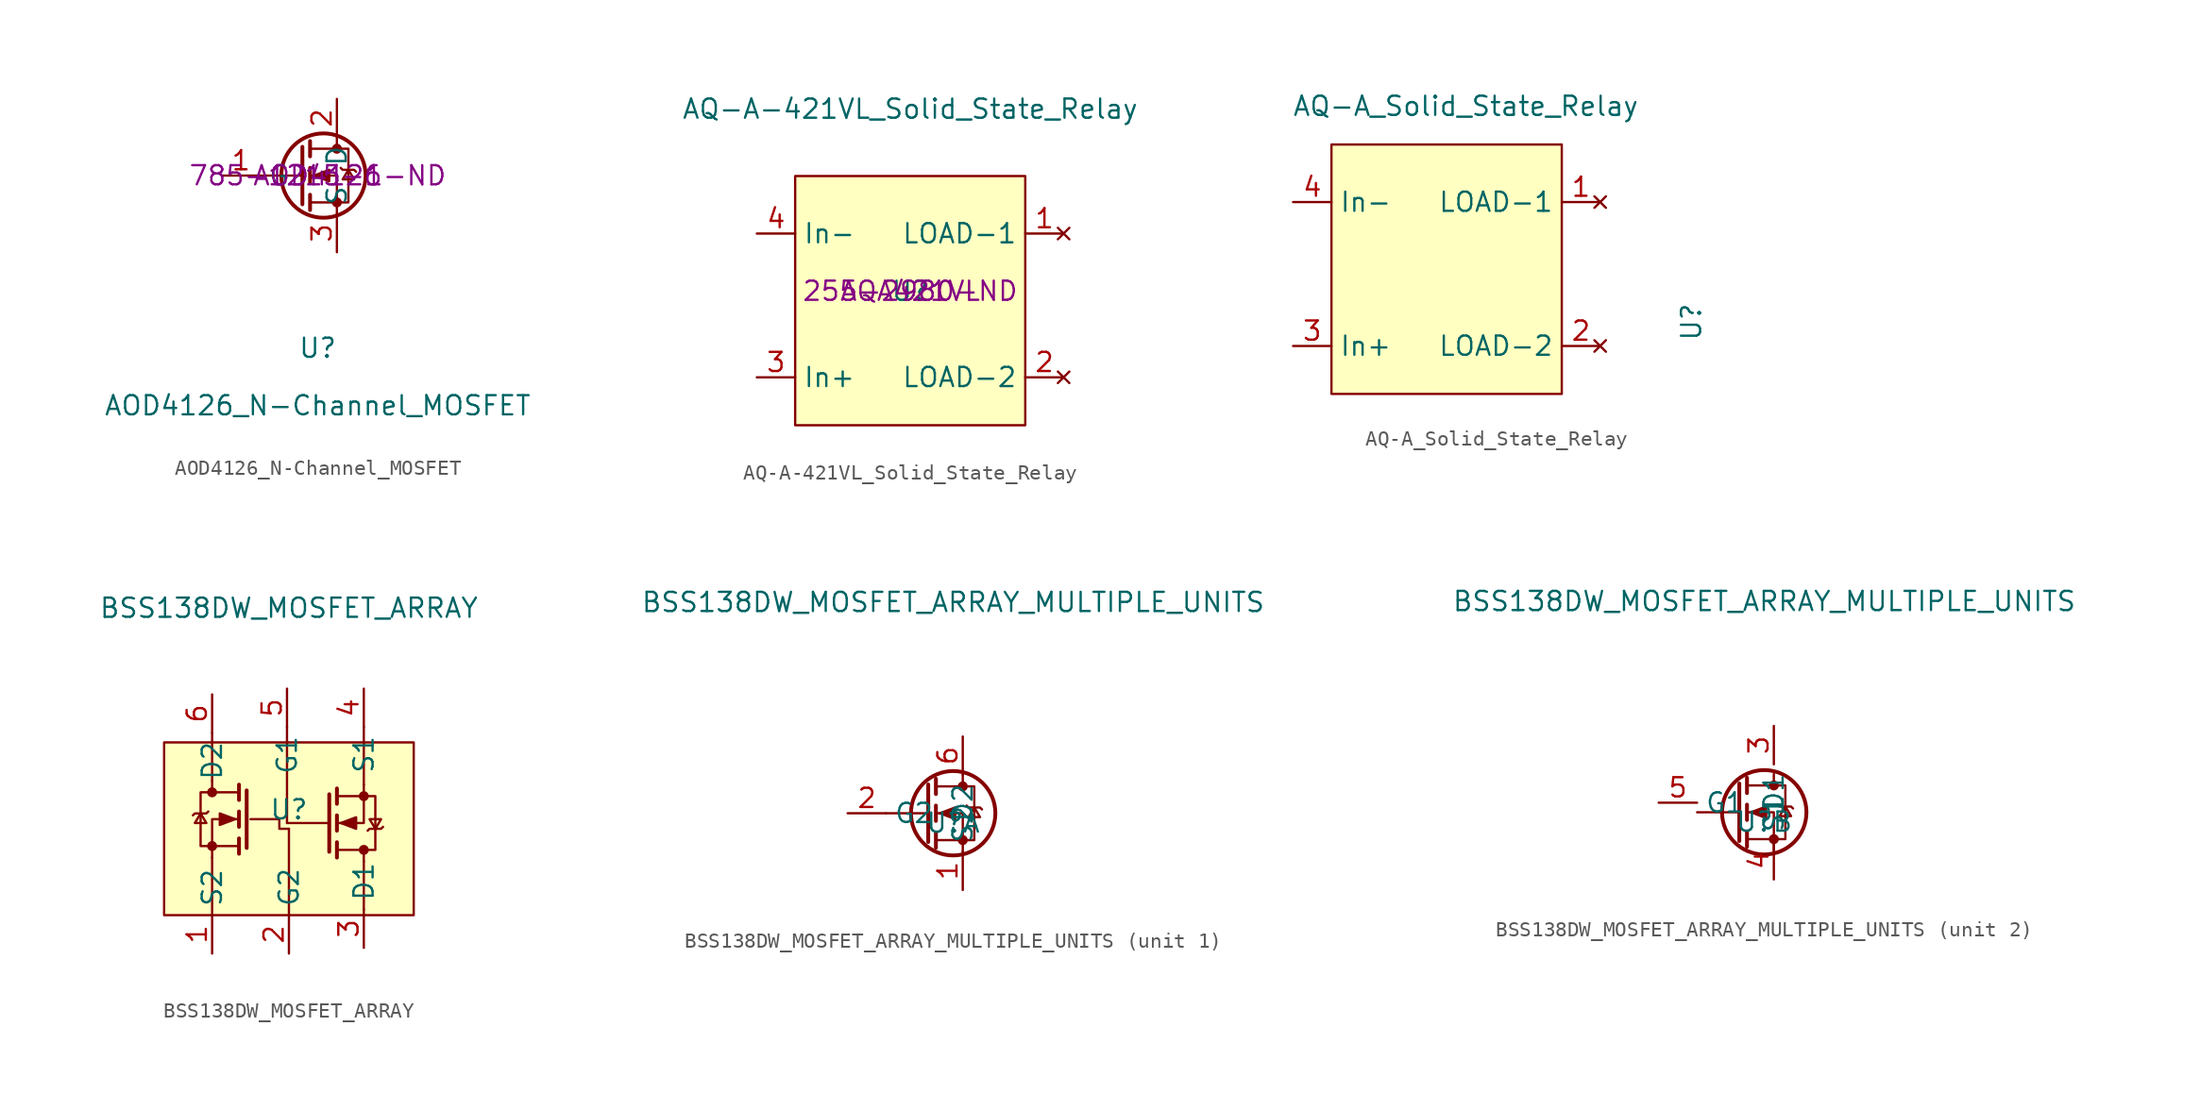
<source format=kicad_sym>
(kicad_symbol_lib
  (version 20211014)
  (generator kicad_symbol_editor)
  (symbol "AOD4126_N-Channel_MOSFET"
    (property "Reference" "U"
      (at 0 -11.43 0)
      (effects (font (size 1.27 1.27))))
    (property "Value" "AOD4126_N-Channel_MOSFET"
      (at 0 -15.24 0)
      (effects (font (size 1.27 1.27))))
    (property "Digi-Key_PN" "785-1215-1-ND"
      (at 0 0 0)
      (effects (font (size 1.27 1.27))))
    (property "Manufacturer_PN" "AOD4126"
      (at 0 0 0)
      (effects (font (size 1.27 1.27))))
    (symbol "AOD4126_N-Channel_MOSFET_0_1"
      (polyline (pts (xy -1.016 0) (xy -3.81 0)) (stroke (width 0) (type default) (color 0 0 0 0)) (fill (type none)))
      (polyline (pts (xy -1.016 1.905) (xy -1.016 -1.905)) (stroke (width 0.254) (type default) (color 0 0 0 0)) (fill (type none)))
      (polyline (pts (xy -0.508 -1.27) (xy -0.508 -2.286)) (stroke (width 0.254) (type default) (color 0 0 0 0)) (fill (type none)))
      (polyline (pts (xy -0.508 0.508) (xy -0.508 -0.508)) (stroke (width 0.254) (type default) (color 0 0 0 0)) (fill (type none)))
      (polyline (pts (xy -0.508 2.286) (xy -0.508 1.27)) (stroke (width 0.254) (type default) (color 0 0 0 0)) (fill (type none)))
      (polyline (pts (xy 1.27 2.54) (xy 1.27 1.778)) (stroke (width 0) (type default) (color 0 0 0 0)) (fill (type none)))
      (polyline (pts (xy 1.27 -2.54) (xy 1.27 0) (xy -0.508 0)) (stroke (width 0) (type default) (color 0 0 0 0)) (fill (type none)))
      (polyline (pts (xy -0.508 -1.778) (xy 2.032 -1.778) (xy 2.032 1.778) (xy -0.508 1.778)) (stroke (width 0) (type default) (color 0 0 0 0)) (fill (type none)))
      (polyline (pts (xy -0.254 0) (xy 0.762 0.381) (xy 0.762 -0.381) (xy -0.254 0)) (stroke (width 0) (type default) (color 0 0 0 0)) (fill (type outline)))
      (polyline (pts (xy 1.524 0.508) (xy 1.651 0.381) (xy 2.413 0.381) (xy 2.54 0.254)) (stroke (width 0) (type default) (color 0 0 0 0)) (fill (type none)))
      (polyline (pts (xy 2.032 0.381) (xy 1.651 -0.254) (xy 2.413 -0.254) (xy 2.032 0.381)) (stroke (width 0) (type default) (color 0 0 0 0)) (fill (type none)))
      (circle (center 0.381 0) (radius 2.794) (stroke (width 0.254) (type default) (color 0 0 0 0)) (fill (type none)))
      (circle (center 1.27 -1.778) (radius 0.254) (stroke (width 0) (type default) (color 0 0 0 0)) (fill (type outline)))
      (circle (center 1.27 1.778) (radius 0.254) (stroke (width 0) (type default) (color 0 0 0 0)) (fill (type outline))))
    (symbol "AOD4126_N-Channel_MOSFET_1_1"
      (pin input line (at -6.35 0 0) (length 2.54) (name "G" (effects (font (size 1.27 1.27)))) (number "1" (effects (font (size 1.27 1.27)))))
      (pin passive line (at 1.27 5.08 270) (length 2.54) (name "D" (effects (font (size 1.27 1.27)))) (number "2" (effects (font (size 1.27 1.27)))))
      (pin passive line (at 1.27 -5.08 90) (length 2.54) (name "S" (effects (font (size 1.27 1.27)))) (number "3" (effects (font (size 1.27 1.27)))))))
  (symbol "AQ-A-421VL_Solid_State_Relay"
    (property "Reference" "U"
      (at 0 0 0)
      (effects (font (size 1.27 1.27))))
    (property "Value" "AQ-A-421VL_Solid_State_Relay"
      (at 0 12.065 0)
      (effects (font (size 1.27 1.27))))
    (property "Digi-Key_PN" "255-2980-ND"
      (at 0 0 0)
      (effects (font (size 1.27 1.27))))
    (property "Manufacturer_PN" "AQA421VL"
      (at 0 0 0)
      (effects (font (size 1.27 1.27))))
    (symbol "AQ-A-421VL_Solid_State_Relay_0_0"
      (pin no_connect line (at 10.16 3.81 180) (length 2.54) (name "LOAD-1" (effects (font (size 1.27 1.27)))) (number "1" (effects (font (size 1.27 1.27)))))
      (pin no_connect line (at 10.16 -5.715 180) (length 2.54) (name "LOAD-2" (effects (font (size 1.27 1.27)))) (number "2" (effects (font (size 1.27 1.27)))))
      (pin input line (at -10.16 -5.715 0) (length 2.54) (name "In+" (effects (font (size 1.27 1.27)))) (number "3" (effects (font (size 1.27 1.27)))))
      (pin input line (at -10.16 3.81 0) (length 2.54) (name "In-" (effects (font (size 1.27 1.27)))) (number "4" (effects (font (size 1.27 1.27))))))
    (symbol "AQ-A-421VL_Solid_State_Relay_0_1"
      (rectangle (start -7.62 7.62) (end 7.62 -8.89) (stroke (width 0) (type default) (color 0 0 0 0)) (fill (type background)))))
  (symbol "AQ-A_Solid_State_Relay"
    (property "Reference" "U"
      (at 15.557 -3.493 90)
      (effects (font (size 1.27 1.27))))
    (property "Value" "AQ-A_Solid_State_Relay"
      (at 0.635 10.795 0)
      (effects (font (size 1.27 1.27))))
    (symbol "AQ-A_Solid_State_Relay_0_0"
      (pin no_connect line (at 9.525 4.445 180) (length 2.54) (name "LOAD-1" (effects (font (size 1.27 1.27)))) (number "1" (effects (font (size 1.27 1.27)))))
      (pin no_connect line (at 9.525 -5.08 180) (length 2.54) (name "LOAD-2" (effects (font (size 1.27 1.27)))) (number "2" (effects (font (size 1.27 1.27)))))
      (pin input line (at -10.795 -5.08 0) (length 2.54) (name "In+" (effects (font (size 1.27 1.27)))) (number "3" (effects (font (size 1.27 1.27)))))
      (pin input line (at -10.795 4.445 0) (length 2.54) (name "In-" (effects (font (size 1.27 1.27)))) (number "4" (effects (font (size 1.27 1.27))))))
    (symbol "AQ-A_Solid_State_Relay_0_1"
      (rectangle (start -8.255 8.255) (end 6.985 -8.255) (stroke (width 0) (type default) (color 0 0 0 0)) (fill (type background)))))
  (symbol "BSS138DW_MOSFET_ARRAY"
    (property "Reference" "U"
      (at 0 0 0)
      (effects (font (size 1.27 1.27))))
    (property "Value" "BSS138DW_MOSFET_ARRAY"
      (at 0 13.335 0)
      (effects (font (size 1.27 1.27))))
    (symbol "BSS138DW_MOSFET_ARRAY_0_1"
      (rectangle (start -8.255 4.445) (end 8.255 -6.985) (stroke (width 0) (type default) (color 0 0 0 0)) (fill (type background)))
      (circle (center -5.08 -2.413) (radius 0.254) (stroke (width 0) (type default) (color 0 0 0 0)) (fill (type outline)))
      (circle (center -5.08 1.143) (radius 0.254) (stroke (width 0) (type default) (color 0 0 0 0)) (fill (type outline)))
      (polyline (pts (xy -5.08 -6.985) (xy -5.08 -3.175)) (stroke (width 0) (type default) (color 0 0 0 0)) (fill (type none)))
      (polyline (pts (xy -5.08 1.905) (xy -5.08 1.143)) (stroke (width 0) (type default) (color 0 0 0 0)) (fill (type none)))
      (polyline (pts (xy -5.08 1.905) (xy -5.08 5.08)) (stroke (width 0) (type default) (color 0 0 0 0)) (fill (type none)))
      (polyline (pts (xy -3.302 -1.905) (xy -3.302 -2.921)) (stroke (width 0.254) (type default) (color 0 0 0 0)) (fill (type none)))
      (polyline (pts (xy -3.302 -0.127) (xy -3.302 -1.143)) (stroke (width 0.254) (type default) (color 0 0 0 0)) (fill (type none)))
      (polyline (pts (xy -3.302 1.651) (xy -3.302 0.635)) (stroke (width 0.254) (type default) (color 0 0 0 0)) (fill (type none)))
      (polyline (pts (xy -2.794 1.27) (xy -2.794 -2.54)) (stroke (width 0.254) (type default) (color 0 0 0 0)) (fill (type none)))
      (polyline (pts (xy -0.127 -0.889) (xy -0.127 5.461)) (stroke (width 0) (type default) (color 0 0 0 0)) (fill (type none)))
      (polyline (pts (xy 0 -1.27) (xy 0 -6.985)) (stroke (width 0) (type default) (color 0 0 0 0)) (fill (type none)))
      (polyline (pts (xy 2.667 -2.794) (xy 2.667 1.016)) (stroke (width 0.254) (type default) (color 0 0 0 0)) (fill (type none)))
      (polyline (pts (xy 2.667 -0.889) (xy -0.127 -0.889)) (stroke (width 0) (type default) (color 0 0 0 0)) (fill (type none)))
      (polyline (pts (xy 3.175 -3.175) (xy 3.175 -2.159)) (stroke (width 0.254) (type default) (color 0 0 0 0)) (fill (type none)))
      (polyline (pts (xy 3.175 -1.397) (xy 3.175 -0.381)) (stroke (width 0.254) (type default) (color 0 0 0 0)) (fill (type none)))
      (polyline (pts (xy 3.175 0.381) (xy 3.175 1.397)) (stroke (width 0.254) (type default) (color 0 0 0 0)) (fill (type none)))
      (polyline (pts (xy 4.953 -3.429) (xy 4.953 -6.604)) (stroke (width 0) (type default) (color 0 0 0 0)) (fill (type none)))
      (polyline (pts (xy 4.953 -3.429) (xy 4.953 -2.667)) (stroke (width 0) (type default) (color 0 0 0 0)) (fill (type none)))
      (polyline (pts (xy 4.953 5.461) (xy 4.953 1.651)) (stroke (width 0) (type default) (color 0 0 0 0)) (fill (type none)))
      (polyline (pts (xy -5.08 -3.175) (xy -5.08 -0.635) (xy -3.302 -0.635)) (stroke (width 0) (type default) (color 0 0 0 0)) (fill (type none)))
      (polyline (pts (xy 4.953 1.651) (xy 4.953 -0.889) (xy 3.175 -0.889)) (stroke (width 0) (type default) (color 0 0 0 0)) (fill (type none)))
      (polyline (pts (xy -5.842 -0.254) (xy -5.461 -0.889) (xy -6.223 -0.889) (xy -5.842 -0.254)) (stroke (width 0) (type default) (color 0 0 0 0)) (fill (type none)))
      (polyline (pts (xy -5.334 -0.127) (xy -5.461 -0.254) (xy -6.223 -0.254) (xy -6.35 -0.381)) (stroke (width 0) (type default) (color 0 0 0 0)) (fill (type none)))
      (polyline (pts (xy -3.556 -0.635) (xy -4.572 -0.254) (xy -4.572 -1.016) (xy -3.556 -0.635)) (stroke (width 0) (type default) (color 0 0 0 0)) (fill (type outline)))
      (polyline (pts (xy -3.302 -2.413) (xy -5.842 -2.413) (xy -5.842 1.143) (xy -3.302 1.143)) (stroke (width 0) (type default) (color 0 0 0 0)) (fill (type none)))
      (polyline (pts (xy -2.54 -0.635) (xy -0.635 -0.635) (xy -0.635 -1.27) (xy 0 -1.27)) (stroke (width 0) (type default) (color 0 0 0 0)) (fill (type none)))
      (polyline (pts (xy 3.175 0.889) (xy 5.715 0.889) (xy 5.715 -2.667) (xy 3.175 -2.667)) (stroke (width 0) (type default) (color 0 0 0 0)) (fill (type none)))
      (polyline (pts (xy 3.429 -0.889) (xy 4.445 -1.27) (xy 4.445 -0.508) (xy 3.429 -0.889)) (stroke (width 0) (type default) (color 0 0 0 0)) (fill (type outline)))
      (polyline (pts (xy 5.207 -1.397) (xy 5.334 -1.27) (xy 6.096 -1.27) (xy 6.223 -1.143)) (stroke (width 0) (type default) (color 0 0 0 0)) (fill (type none)))
      (polyline (pts (xy 5.715 -1.27) (xy 5.334 -0.635) (xy 6.096 -0.635) (xy 5.715 -1.27)) (stroke (width 0) (type default) (color 0 0 0 0)) (fill (type none)))
      (circle (center 4.953 -2.667) (radius 0.254) (stroke (width 0) (type default) (color 0 0 0 0)) (fill (type outline)))
      (circle (center 4.953 0.889) (radius 0.254) (stroke (width 0) (type default) (color 0 0 0 0)) (fill (type outline))))
    (symbol "BSS138DW_MOSFET_ARRAY_1_1"
      (pin passive line (at -5.08 -9.525 90) (length 2.54) (name "S2" (effects (font (size 1.27 1.27)))) (number "1" (effects (font (size 1.27 1.27)))))
      (pin input line (at 0 -9.525 90) (length 2.54) (name "G2" (effects (font (size 1.27 1.27)))) (number "2" (effects (font (size 1.27 1.27)))))
      (pin passive line (at 4.953 -9.144 90) (length 2.54) (name "D1" (effects (font (size 1.27 1.27)))) (number "3" (effects (font (size 1.27 1.27)))))
      (pin passive line (at 4.953 8.001 270) (length 2.54) (name "S1" (effects (font (size 1.27 1.27)))) (number "4" (effects (font (size 1.27 1.27)))))
      (pin input line (at -0.127 8.001 270) (length 2.54) (name "G1" (effects (font (size 1.27 1.27)))) (number "5" (effects (font (size 1.27 1.27)))))
      (pin passive line (at -5.08 7.62 270) (length 2.54) (name "D2" (effects (font (size 1.27 1.27)))) (number "6" (effects (font (size 1.27 1.27)))))))
  (symbol "BSS138DW_MOSFET_ARRAY_MULTIPLE_UNITS"
    (property "Reference" "U"
      (at 0 -1.27 0)
      (effects (font (size 1.27 1.27))))
    (property "Value" "BSS138DW_MOSFET_ARRAY_MULTIPLE_UNITS"
      (at 0 13.335 0)
      (effects (font (size 1.27 1.27))))
    (symbol "BSS138DW_MOSFET_ARRAY_MULTIPLE_UNITS_0_1"
      (circle (center 0 -0.635) (radius 2.794) (stroke (width 0.254) (type default) (color 0 0 0 0)) (fill (type none)))
      (polyline (pts (xy -1.651 -0.635) (xy -4.445 -0.635)) (stroke (width 0) (type default) (color 0 0 0 0)) (fill (type none)))
      (polyline (pts (xy -1.651 1.27) (xy -1.651 -2.54)) (stroke (width 0.254) (type default) (color 0 0 0 0)) (fill (type none)))
      (polyline (pts (xy -1.143 -1.905) (xy -1.143 -2.921)) (stroke (width 0.254) (type default) (color 0 0 0 0)) (fill (type none)))
      (polyline (pts (xy -1.143 -0.127) (xy -1.143 -1.143)) (stroke (width 0.254) (type default) (color 0 0 0 0)) (fill (type none)))
      (polyline (pts (xy -1.143 1.651) (xy -1.143 0.635)) (stroke (width 0.254) (type default) (color 0 0 0 0)) (fill (type none)))
      (polyline (pts (xy 0.635 1.905) (xy 0.635 1.143)) (stroke (width 0) (type default) (color 0 0 0 0)) (fill (type none)))
      (polyline (pts (xy 0.635 -3.175) (xy 0.635 -0.635) (xy -1.143 -0.635)) (stroke (width 0) (type default) (color 0 0 0 0)) (fill (type none)))
      (polyline (pts (xy -1.143 -2.413) (xy 1.397 -2.413) (xy 1.397 1.143) (xy -1.143 1.143)) (stroke (width 0) (type default) (color 0 0 0 0)) (fill (type none)))
      (polyline (pts (xy -0.889 -0.635) (xy 0.127 -0.254) (xy 0.127 -1.016) (xy -0.889 -0.635)) (stroke (width 0) (type default) (color 0 0 0 0)) (fill (type outline)))
      (polyline (pts (xy 0.889 -0.127) (xy 1.016 -0.254) (xy 1.778 -0.254) (xy 1.905 -0.381)) (stroke (width 0) (type default) (color 0 0 0 0)) (fill (type none)))
      (polyline (pts (xy 1.397 -0.254) (xy 1.016 -0.889) (xy 1.778 -0.889) (xy 1.397 -0.254)) (stroke (width 0) (type default) (color 0 0 0 0)) (fill (type none)))
      (circle (center 0.635 -2.413) (radius 0.254) (stroke (width 0) (type default) (color 0 0 0 0)) (fill (type outline)))
      (circle (center 0.635 1.143) (radius 0.254) (stroke (width 0) (type default) (color 0 0 0 0)) (fill (type outline))))
    (symbol "BSS138DW_MOSFET_ARRAY_MULTIPLE_UNITS_1_1"
      (pin passive line (at 0.635 -5.715 90) (length 2.54) (name "S2" (effects (font (size 1.27 1.27)))) (number "1" (effects (font (size 1.27 1.27)))))
      (pin input line (at -6.985 -0.635 0) (length 2.54) (name "G2" (effects (font (size 1.27 1.27)))) (number "2" (effects (font (size 1.27 1.27)))))
      (pin passive line (at 0.635 4.445 270) (length 2.54) (name "D2" (effects (font (size 1.27 1.27)))) (number "6" (effects (font (size 1.27 1.27))))))
    (symbol "BSS138DW_MOSFET_ARRAY_MULTIPLE_UNITS_2_1"
      (pin passive line (at 0.635 5.08 270) (length 2.54) (name "D1" (effects (font (size 1.27 1.27)))) (number "3" (effects (font (size 1.27 1.27)))))
      (pin passive line (at 0.635 -5.08 90) (length 2.54) (name "S1" (effects (font (size 1.27 1.27)))) (number "4" (effects (font (size 1.27 1.27)))))
      (pin input line (at -6.985 0 0) (length 2.54) (name "G1" (effects (font (size 1.27 1.27)))) (number "5" (effects (font (size 1.27 1.27))))))))
</source>
